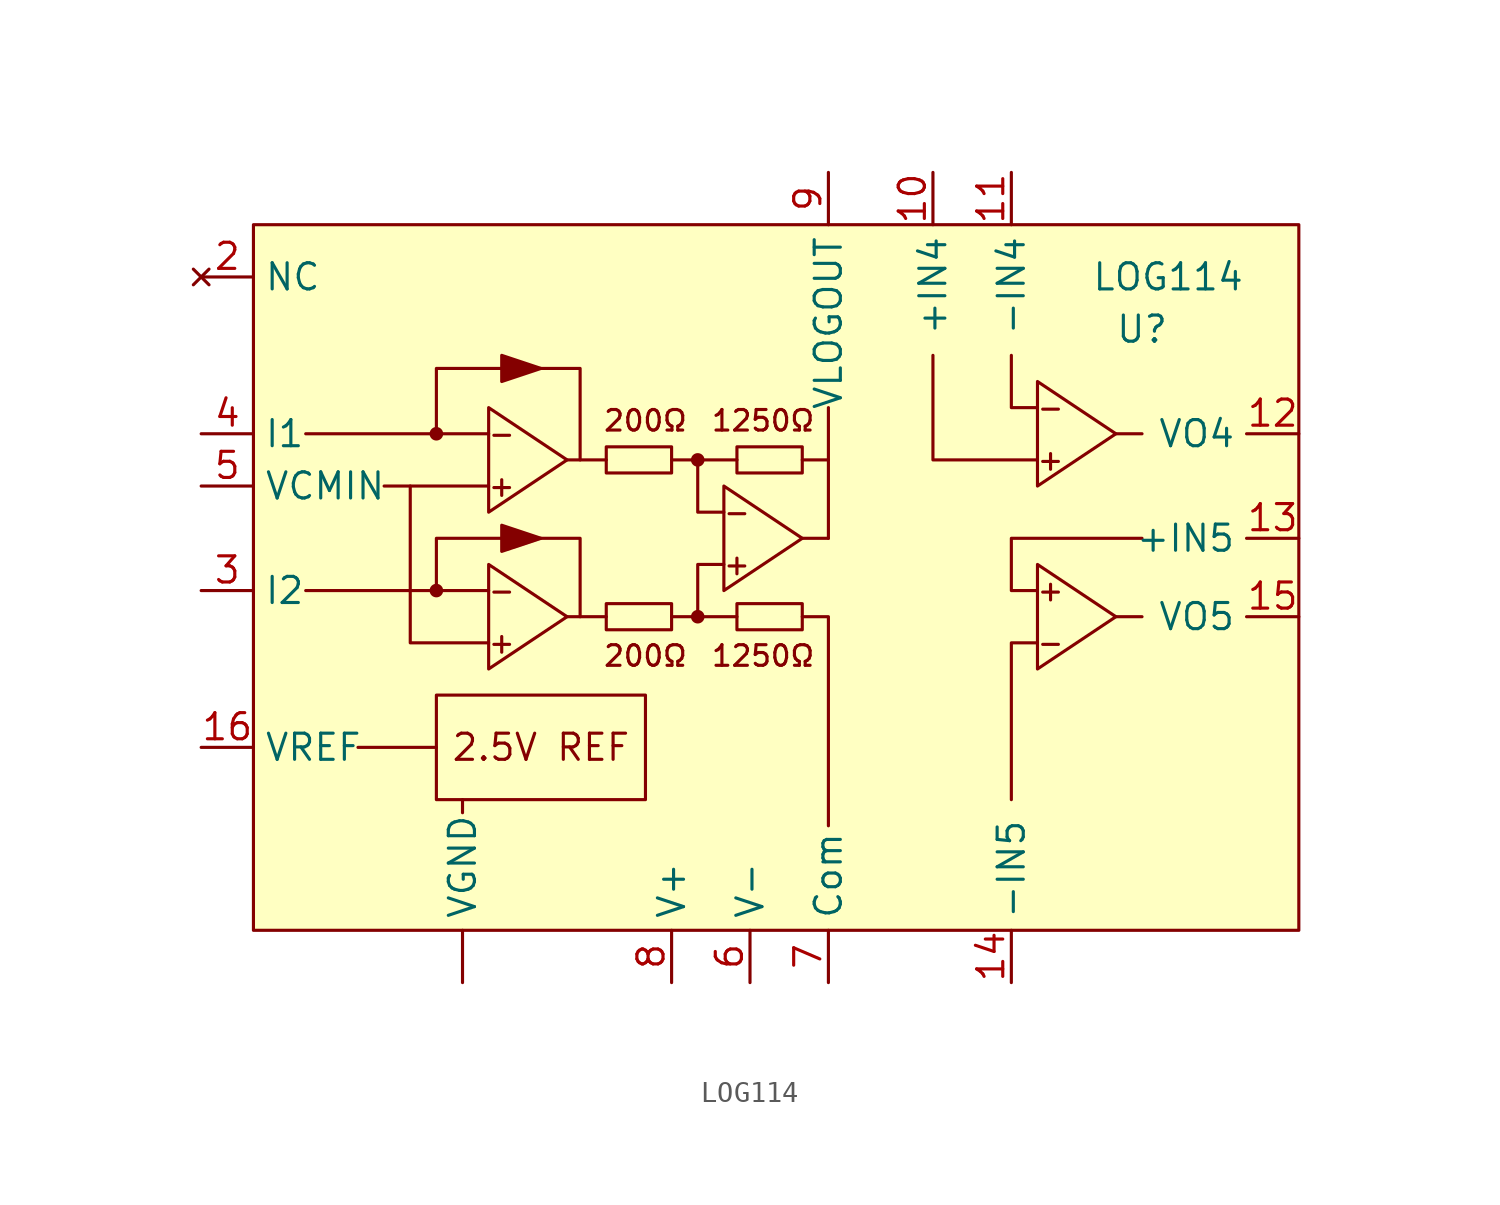
<source format=kicad_sym>
(kicad_symbol_lib
  (version 20211014)
  (generator kicad_symbol_editor)
  (symbol "LOG114"
    (property "Reference" "U"
      (at 20.32 13.97 0)
      (effects (font (size 1.27 1.27))))
    (property "Value" "LOG114"
      (at 21.59 16.51 0)
      (effects (font (size 1.27 1.27))))
    (symbol "LOG114_0_0"
      (rectangle (start -13.97 -3.81) (end -3.81 -8.89) (stroke (width 0) (type default) (color 0 0 0 0)) (fill (type background)))
      (circle (center -13.97 1.27) (radius 0.254) (stroke (width 0) (type default) (color 0 0 0 0)) (fill (type outline)))
      (circle (center -13.97 8.89) (radius 0.254) (stroke (width 0) (type default) (color 0 0 0 0)) (fill (type outline)))
      (circle (center -1.27 0) (radius 0.254) (stroke (width 0) (type default) (color 0 0 0 0)) (fill (type outline)))
      (circle (center -1.27 7.62) (radius 0.254) (stroke (width 0) (type default) (color 0 0 0 0)) (fill (type outline)))
      (polyline (pts (xy -13.97 -6.35) (xy -17.78 -6.35)) (stroke (width 0) (type default) (color 0 0 0 0)) (fill (type none)))
      (polyline (pts (xy -13.97 1.27) (xy -20.32 1.27)) (stroke (width 0) (type default) (color 0 0 0 0)) (fill (type none)))
      (polyline (pts (xy -13.97 8.89) (xy -20.32 8.89)) (stroke (width 0) (type default) (color 0 0 0 0)) (fill (type none)))
      (polyline (pts (xy -12.7 -8.89) (xy -12.7 -9.525)) (stroke (width 0) (type default) (color 0 0 0 0)) (fill (type none)))
      (polyline (pts (xy -11.43 6.35) (xy -16.51 6.35)) (stroke (width 0) (type default) (color 0 0 0 0)) (fill (type none)))
      (polyline (pts (xy -1.27 0) (xy -2.54 0)) (stroke (width 0) (type default) (color 0 0 0 0)) (fill (type none)))
      (polyline (pts (xy -1.27 0) (xy 0.635 0)) (stroke (width 0) (type default) (color 0 0 0 0)) (fill (type none)))
      (polyline (pts (xy -1.27 7.62) (xy -2.54 7.62)) (stroke (width 0) (type default) (color 0 0 0 0)) (fill (type none)))
      (polyline (pts (xy -1.27 7.62) (xy 0.635 7.62)) (stroke (width 0) (type default) (color 0 0 0 0)) (fill (type none)))
      (polyline (pts (xy 3.81 7.62) (xy 5.08 7.62)) (stroke (width 0) (type default) (color 0 0 0 0)) (fill (type none)))
      (polyline (pts (xy 5.08 3.81) (xy 5.08 10.16)) (stroke (width 0) (type default) (color 0 0 0 0)) (fill (type none)))
      (polyline (pts (xy -15.24 6.35) (xy -15.24 -1.27) (xy -11.43 -1.27)) (stroke (width 0) (type default) (color 0 0 0 0)) (fill (type none)))
      (polyline (pts (xy 0 2.54) (xy -1.27 2.54) (xy -1.27 0)) (stroke (width 0) (type default) (color 0 0 0 0)) (fill (type none)))
      (polyline (pts (xy 0 5.08) (xy -1.27 5.08) (xy -1.27 7.62)) (stroke (width 0) (type default) (color 0 0 0 0)) (fill (type none)))
      (polyline (pts (xy 3.81 0) (xy 5.08 0) (xy 5.08 -10.16)) (stroke (width 0) (type default) (color 0 0 0 0)) (fill (type none)))
      (polyline (pts (xy -10.795 4.445) (xy -10.795 3.175) (xy -8.89 3.81) (xy -10.795 4.445)) (stroke (width 0) (type default) (color 0 0 0 0)) (fill (type outline)))
      (polyline (pts (xy -10.795 12.7) (xy -10.795 11.43) (xy -8.89 12.065) (xy -10.795 12.7)) (stroke (width 0) (type default) (color 0 0 0 0)) (fill (type outline)))
      (polyline (pts (xy -11.43 8.89) (xy -13.97 8.89) (xy -13.97 12.065) (xy -6.985 12.065) (xy -6.985 7.62)) (stroke (width 0) (type default) (color 0 0 0 0)) (fill (type none)))
      (polyline (pts (xy -6.985 0) (xy -6.985 3.81) (xy -13.97 3.81) (xy -13.97 1.27) (xy -11.43 1.27)) (stroke (width 0) (type default) (color 0 0 0 0)) (fill (type none)))
      (polyline (pts (xy -5.715 0.635) (xy -5.715 -0.635) (xy -2.54 -0.635) (xy -2.54 0.635) (xy -5.715 0.635)) (stroke (width 0) (type default) (color 0 0 0 0)) (fill (type none)))
      (polyline (pts (xy -5.715 8.255) (xy -5.715 6.985) (xy -2.54 6.985) (xy -2.54 8.255) (xy -5.715 8.255)) (stroke (width 0) (type default) (color 0 0 0 0)) (fill (type none)))
      (polyline (pts (xy 0.635 0.635) (xy 0.635 -0.635) (xy 3.81 -0.635) (xy 3.81 0.635) (xy 0.635 0.635)) (stroke (width 0) (type default) (color 0 0 0 0)) (fill (type none)))
      (polyline (pts (xy 0.635 8.255) (xy 0.635 6.985) (xy 3.81 6.985) (xy 3.81 8.255) (xy 0.635 8.255)) (stroke (width 0) (type default) (color 0 0 0 0)) (fill (type none)))
      (text "+" (at -10.795 -1.27 0) (effects (font (size 1 1))))
      (text "+" (at -10.795 6.35 0) (effects (font (size 1 1))))
      (text "+" (at 0.635 2.54 0) (effects (font (size 1 1))))
      (text "+" (at 15.875 1.27 0) (effects (font (size 1 1))))
      (text "+" (at 15.875 7.62 0) (effects (font (size 1 1))))
      (text "-" (at -10.795 1.27 0) (effects (font (size 1 1))))
      (text "-" (at -10.795 8.89 0) (effects (font (size 1 1))))
      (text "-" (at 0.635 5.08 0) (effects (font (size 1 1))))
      (text "-" (at 15.875 -1.27 0) (effects (font (size 1 1))))
      (text "-" (at 15.875 10.16 0) (effects (font (size 1 1))))
      (text "1250Ω" (at 1.905 -1.905 0) (effects (font (size 1 1))))
      (text "1250Ω" (at 1.905 9.525 0) (effects (font (size 1 1))))
      (text "2.5V REF" (at -8.89 -6.35 0) (effects (font (size 1.27 1.27))))
      (text "200Ω" (at -3.81 -1.905 0) (effects (font (size 1 1))))
      (text "200Ω" (at -3.81 9.525 0) (effects (font (size 1 1)))))
    (symbol "LOG114_0_1"
      (rectangle (start -22.86 19.05) (end 27.94 -15.24) (stroke (width 0) (type default) (color 0 0 0 0)) (fill (type background)))
      (polyline (pts (xy -7.62 0) (xy -5.715 0)) (stroke (width 0) (type default) (color 0 0 0 0)) (fill (type none)))
      (polyline (pts (xy -7.62 7.62) (xy -5.715 7.62)) (stroke (width 0) (type default) (color 0 0 0 0)) (fill (type none)))
      (polyline (pts (xy 3.81 3.81) (xy 5.08 3.81)) (stroke (width 0) (type default) (color 0 0 0 0)) (fill (type none)))
      (polyline (pts (xy 19.05 0) (xy 20.32 0)) (stroke (width 0) (type default) (color 0 0 0 0)) (fill (type none)))
      (polyline (pts (xy 19.05 8.89) (xy 20.32 8.89)) (stroke (width 0) (type default) (color 0 0 0 0)) (fill (type none)))
      (polyline (pts (xy 15.24 -1.27) (xy 13.97 -1.27) (xy 13.97 -8.89)) (stroke (width 0) (type default) (color 0 0 0 0)) (fill (type none)))
      (polyline (pts (xy 15.24 7.62) (xy 10.16 7.62) (xy 10.16 12.7)) (stroke (width 0) (type default) (color 0 0 0 0)) (fill (type none)))
      (polyline (pts (xy 15.24 10.16) (xy 13.97 10.16) (xy 13.97 12.7)) (stroke (width 0) (type default) (color 0 0 0 0)) (fill (type none)))
      (polyline (pts (xy -11.43 2.54) (xy -11.43 -2.54) (xy -7.62 0) (xy -11.43 2.54)) (stroke (width 0) (type default) (color 0 0 0 0)) (fill (type none)))
      (polyline (pts (xy -11.43 10.16) (xy -11.43 5.08) (xy -7.62 7.62) (xy -11.43 10.16)) (stroke (width 0) (type default) (color 0 0 0 0)) (fill (type none)))
      (polyline (pts (xy 0 6.35) (xy 0 1.27) (xy 3.81 3.81) (xy 0 6.35)) (stroke (width 0) (type default) (color 0 0 0 0)) (fill (type none)))
      (polyline (pts (xy 15.24 1.27) (xy 13.97 1.27) (xy 13.97 3.81) (xy 20.32 3.81)) (stroke (width 0) (type default) (color 0 0 0 0)) (fill (type none)))
      (polyline (pts (xy 15.24 2.54) (xy 15.24 -2.54) (xy 19.05 0) (xy 15.24 2.54)) (stroke (width 0) (type default) (color 0 0 0 0)) (fill (type none)))
      (polyline (pts (xy 15.24 11.43) (xy 15.24 6.35) (xy 19.05 8.89) (xy 15.24 11.43)) (stroke (width 0) (type default) (color 0 0 0 0)) (fill (type none))))
    (symbol "LOG114_1_1"
      (pin input line (at -12.7 -17.78 90) (length 2.54) (name "VGND" (effects (font (size 1.27 1.27)))) (number "" (effects (font (size 1.27 1.27)))))
      (pin input line (at 10.16 21.59 270) (length 2.54) (name "+IN4" (effects (font (size 1.27 1.27)))) (number "10" (effects (font (size 1.27 1.27)))))
      (pin input line (at 13.97 21.59 270) (length 2.54) (name "-IN4" (effects (font (size 1.27 1.27)))) (number "11" (effects (font (size 1.27 1.27)))))
      (pin input line (at 27.94 8.89 180) (length 2.54) (name "VO4" (effects (font (size 1.27 1.27)))) (number "12" (effects (font (size 1.27 1.27)))))
      (pin input line (at 27.94 3.81 180) (length 2.54) (name "+IN5" (effects (font (size 1.27 1.27)))) (number "13" (effects (font (size 1.27 1.27)))))
      (pin input line (at 13.97 -17.78 90) (length 2.54) (name "-IN5" (effects (font (size 1.27 1.27)))) (number "14" (effects (font (size 1.27 1.27)))))
      (pin input line (at 27.94 0 180) (length 2.54) (name "VO5" (effects (font (size 1.27 1.27)))) (number "15" (effects (font (size 1.27 1.27)))))
      (pin input line (at -25.4 -6.35 0) (length 2.54) (name "VREF" (effects (font (size 1.27 1.27)))) (number "16" (effects (font (size 1.27 1.27)))))
      (pin no_connect line (at -25.4 16.51 0) (length 2.54) (name "NC" (effects (font (size 1.27 1.27)))) (number "2" (effects (font (size 1.27 1.27)))))
      (pin input line (at -25.4 1.27 0) (length 2.54) (name "I2" (effects (font (size 1.27 1.27)))) (number "3" (effects (font (size 1.27 1.27)))))
      (pin input line (at -25.4 8.89 0) (length 2.54) (name "I1" (effects (font (size 1.27 1.27)))) (number "4" (effects (font (size 1.27 1.27)))))
      (pin input line (at -25.4 6.35 0) (length 2.54) (name "VCMIN" (effects (font (size 1.27 1.27)))) (number "5" (effects (font (size 1.27 1.27)))))
      (pin input line (at 1.27 -17.78 90) (length 2.54) (name "V-" (effects (font (size 1.27 1.27)))) (number "6" (effects (font (size 1.27 1.27)))))
      (pin input line (at 5.08 -17.78 90) (length 2.54) (name "Com" (effects (font (size 1.27 1.27)))) (number "7" (effects (font (size 1.27 1.27)))))
      (pin input line (at -2.54 -17.78 90) (length 2.54) (name "V+" (effects (font (size 1.27 1.27)))) (number "8" (effects (font (size 1.27 1.27)))))
      (pin input line (at 5.08 21.59 270) (length 2.54) (name "VLOGOUT" (effects (font (size 1.27 1.27)))) (number "9" (effects (font (size 1.27 1.27))))))))
</source>
